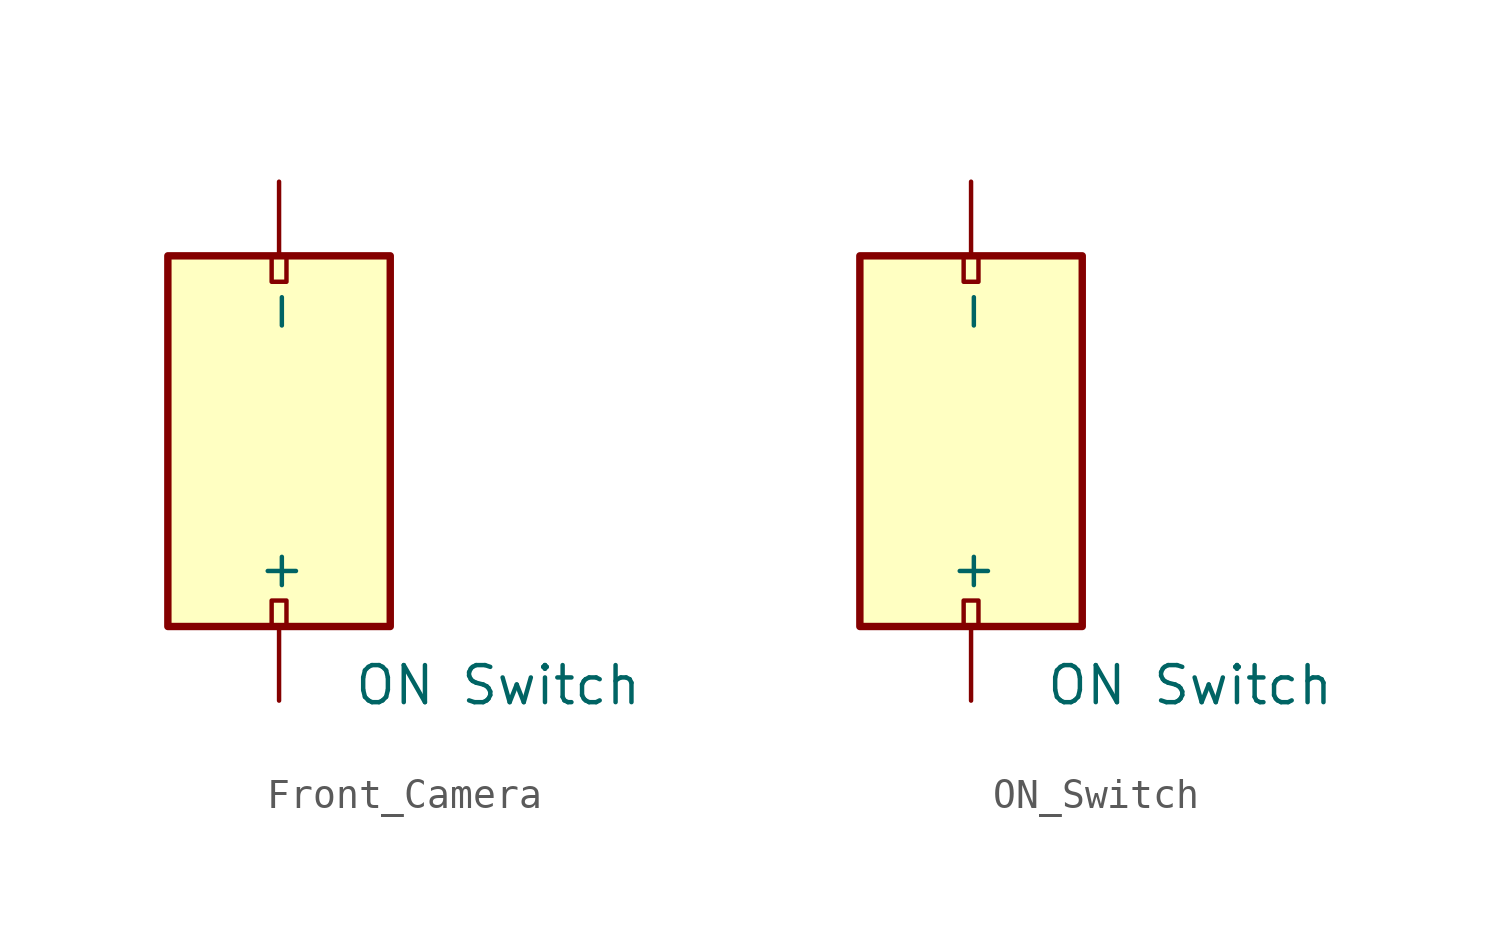
<source format=kicad_sym>
(kicad_symbol_lib
  (version 20220914)
  (generator kicad_symbol_editor)
  (symbol "Front_Camera"
    (pin_names
      (offset 1.016))
    (property "Reference" "J"
      (at -17.78 31.75 0)
      (effects (font (size 1.27 1.27)) (justify left bottom) hide))
    (property "Value" "ON Switch"
      (at 2.54 -8.89 0)
      (effects (font (size 1.27 1.27)) (justify left top)))
    (symbol "Front_Camera_0_1"
      (rectangle (start -3.81 5.08) (end 3.81 -7.62) (stroke (width 0.254) (type default)) (fill (type background))))
    (symbol "Front_Camera_1_1"
      (rectangle (start -0.254 5.08) (end 0.254 4.191) (stroke (width 0) (type default)) (fill (type none)))
      (rectangle (start 0.254 -7.62) (end -0.254 -6.731) (stroke (width 0) (type default)) (fill (type none)))
      (pin power_in line (at 0 -10.16 90) (length 2.54) (name "+" (effects (font (size 1.27 1.27)))) (number "" (effects (font (size 1.27 1.27)))))
      (pin power_in line (at 0 7.62 270) (length 2.54) (name "-" (effects (font (size 1.27 1.27)))) (number "" (effects (font (size 1.27 1.27)))))))
  (symbol "ON_Switch"
    (pin_names
      (offset 1.016))
    (property "Reference" "J"
      (at -17.78 31.75 0)
      (effects (font (size 1.27 1.27)) (justify left bottom) hide))
    (property "Value" "ON Switch"
      (at 2.54 -8.89 0)
      (effects (font (size 1.27 1.27)) (justify left top)))
    (symbol "ON_Switch_0_1"
      (rectangle (start -3.81 5.08) (end 3.81 -7.62) (stroke (width 0.254) (type default)) (fill (type background))))
    (symbol "ON_Switch_1_1"
      (rectangle (start -0.254 5.08) (end 0.254 4.191) (stroke (width 0) (type default)) (fill (type none)))
      (rectangle (start 0.254 -7.62) (end -0.254 -6.731) (stroke (width 0) (type default)) (fill (type none)))
      (pin power_in line (at 0 -10.16 90) (length 2.54) (name "+" (effects (font (size 1.27 1.27)))) (number "" (effects (font (size 1.27 1.27)))))
      (pin power_in line (at 0 7.62 270) (length 2.54) (name "-" (effects (font (size 1.27 1.27)))) (number "" (effects (font (size 1.27 1.27))))))))
</source>
